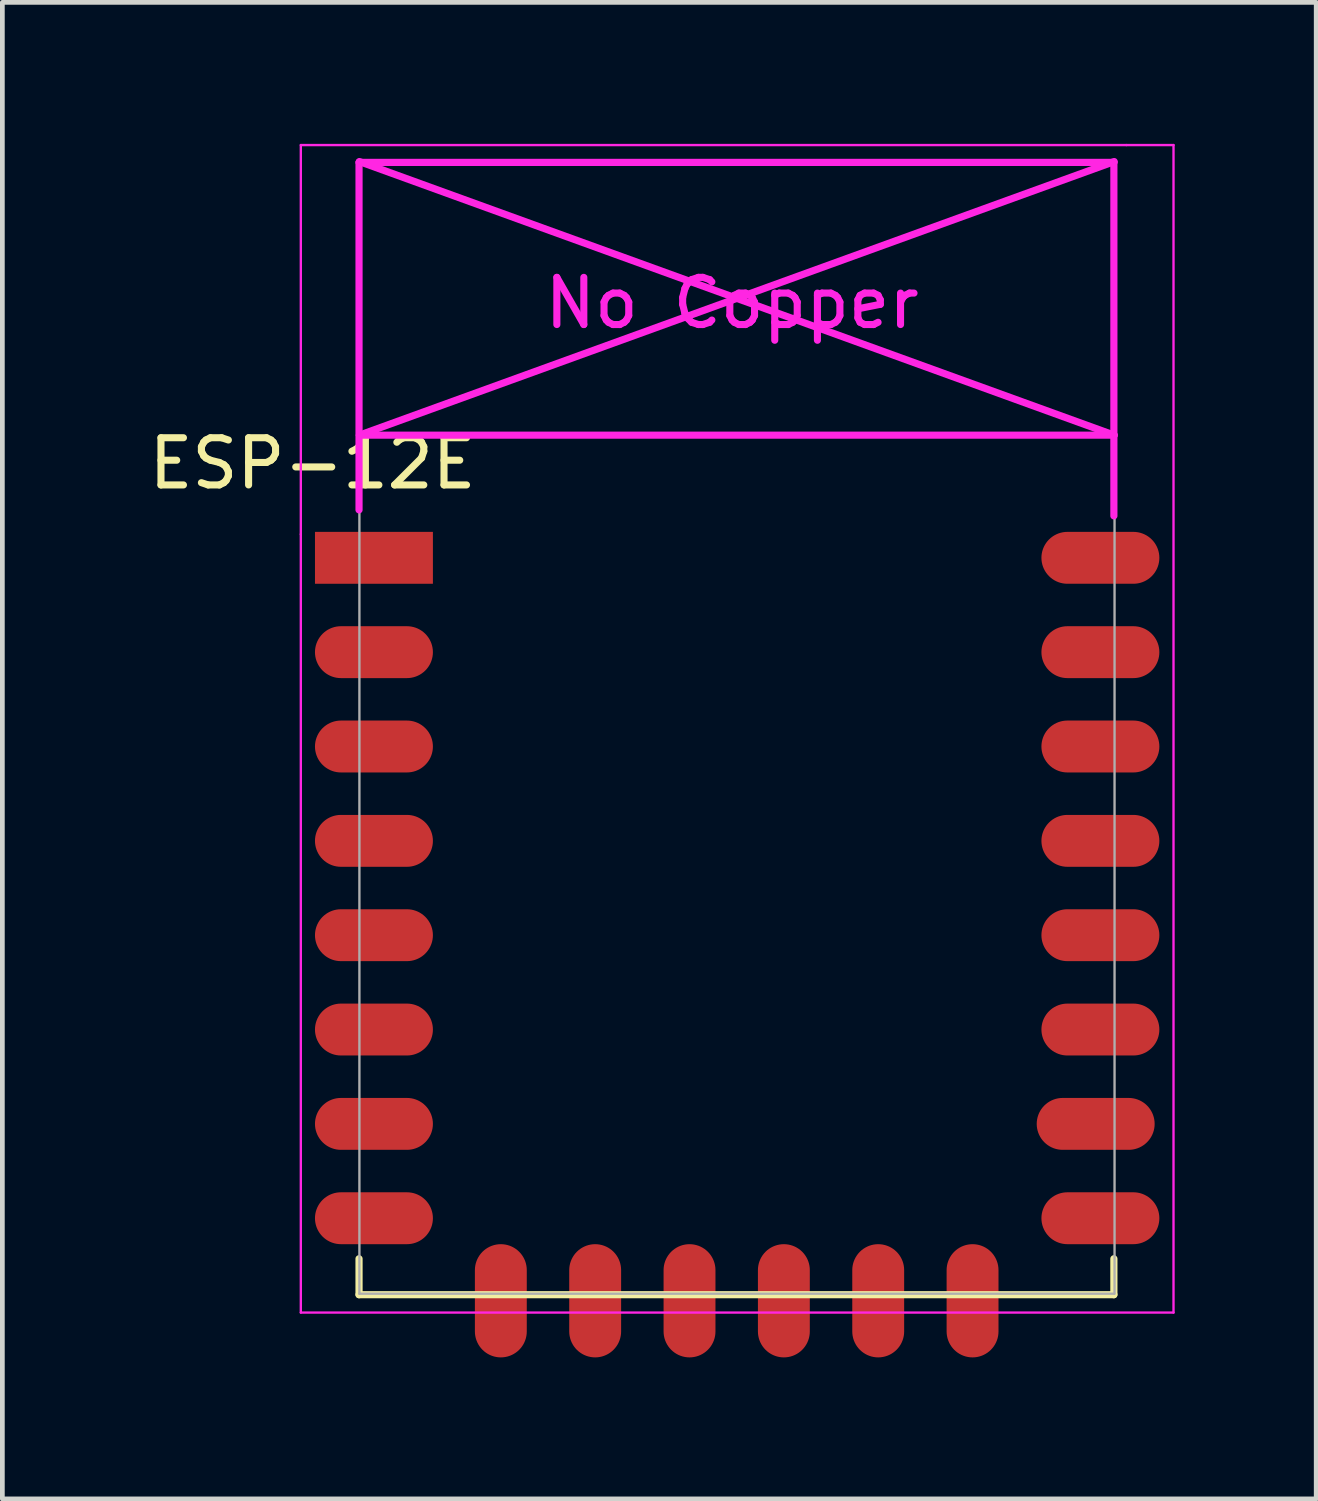
<source format=kicad_pcb>
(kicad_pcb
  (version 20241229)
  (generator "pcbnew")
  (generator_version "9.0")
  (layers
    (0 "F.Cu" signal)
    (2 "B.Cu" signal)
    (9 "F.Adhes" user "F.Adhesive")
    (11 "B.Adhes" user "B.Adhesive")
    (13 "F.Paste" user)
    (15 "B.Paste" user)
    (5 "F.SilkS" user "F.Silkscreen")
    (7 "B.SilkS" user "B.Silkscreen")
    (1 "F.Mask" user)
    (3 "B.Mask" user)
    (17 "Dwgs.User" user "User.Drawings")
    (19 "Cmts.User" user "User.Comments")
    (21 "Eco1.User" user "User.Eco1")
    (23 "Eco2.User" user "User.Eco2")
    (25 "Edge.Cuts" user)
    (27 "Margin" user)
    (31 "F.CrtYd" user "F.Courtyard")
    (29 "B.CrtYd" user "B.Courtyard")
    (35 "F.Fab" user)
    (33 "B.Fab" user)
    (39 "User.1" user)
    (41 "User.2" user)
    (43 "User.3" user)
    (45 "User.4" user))
  (footprint "ESP-12E"
    (layer "F.Cu")
    (at 5.577 8.775)
    (property "Reference" "ESP-12E" (at -2 -2 0) (layer "F.SilkS") (effects (font (size 1 1) (thickness 0.15))))
    (attr through_hole)
    (fp_line (start -1.016 14.859) (end -1.016 15.621) (stroke (width 0.152) (type solid)) (layer "F.SilkS"))
    (fp_line (start -1.016 15.621) (end 14.986 15.621) (stroke (width 0.152) (type solid)) (layer "F.SilkS"))
    (fp_line (start 14.986 15.621) (end 14.986 14.859) (stroke (width 0.152) (type solid)) (layer "F.SilkS"))
    (fp_line (start -2.25 -8.75) (end 15.25 -8.75) (stroke (width 0.05) (type solid)) (layer "F.CrtYd"))
    (fp_line (start -2.25 -0.5) (end -2.25 -8.75) (stroke (width 0.05) (type solid)) (layer "F.CrtYd"))
    (fp_line (start -2.25 16) (end -2.25 -0.5) (stroke (width 0.05) (type solid)) (layer "F.CrtYd"))
    (fp_line (start -1.016 -8.382) (end -1.016 -1.016) (stroke (width 0.152) (type solid)) (layer "F.CrtYd"))
    (fp_line (start -1.016 -8.382) (end 14.986 -8.382) (stroke (width 0.152) (type solid)) (layer "F.CrtYd"))
    (fp_line (start -1.008 -8.4) (end 14.992 -2.6) (stroke (width 0.152) (type solid)) (layer "F.CrtYd"))
    (fp_line (start -1.008 -2.6) (end 14.992 -2.6) (stroke (width 0.152) (type solid)) (layer "F.CrtYd"))
    (fp_line (start 14.986 -8.382) (end 14.986 -0.889) (stroke (width 0.152) (type solid)) (layer "F.CrtYd"))
    (fp_line (start 14.992 -8.4) (end -1.008 -2.6) (stroke (width 0.152) (type solid)) (layer "F.CrtYd"))
    (fp_line (start 15.25 -8.75) (end 16.25 -8.75) (stroke (width 0.05) (type solid)) (layer "F.CrtYd"))
    (fp_line (start 16.25 -8.75) (end 16.25 16) (stroke (width 0.05) (type solid)) (layer "F.CrtYd"))
    (fp_line (start 16.25 16) (end -2.25 16) (stroke (width 0.05) (type solid)) (layer "F.CrtYd"))
    (fp_line (start -1.008 -8.4) (end 14.992 -8.4) (stroke (width 0.05) (type solid)) (layer "F.Fab"))
    (fp_line (start -1.008 15.6) (end -1.008 -8.4) (stroke (width 0.05) (type solid)) (layer "F.Fab"))
    (fp_line (start 14.992 15.6) (end -1.008 15.6) (stroke (width 0.05) (type solid)) (layer "F.Fab"))
    (fp_line (start 15 -8.4) (end 15 15.6) (stroke (width 0.05) (type solid)) (layer "F.Fab"))
    (fp_text user "No Copper" (at 6.892 -5.4 0) (layer "F.CrtYd") (effects (font (size 1 1) (thickness 0.15))))
    (pad "1" smd rect (at 0 0) (size 2.5 1.1) (drill (offset -0.7 0)) (layers "F.Cu" "F.Mask" "F.Paste"))
    (pad "2" smd oval (at 0 2) (size 2.5 1.1) (drill (offset -0.7 0)) (layers "F.Cu" "F.Mask" "F.Paste"))
    (pad "3" smd oval (at 0 4) (size 2.5 1.1) (drill (offset -0.7 0)) (layers "F.Cu" "F.Mask" "F.Paste"))
    (pad "4" smd oval (at 0 6) (size 2.5 1.1) (drill (offset -0.7 0)) (layers "F.Cu" "F.Mask" "F.Paste"))
    (pad "5" smd oval (at 0 8) (size 2.5 1.1) (drill (offset -0.7 0)) (layers "F.Cu" "F.Mask" "F.Paste"))
    (pad "6" smd oval (at 0 10) (size 2.5 1.1) (drill (offset -0.7 0)) (layers "F.Cu" "F.Mask" "F.Paste"))
    (pad "7" smd oval (at 0 12) (size 2.5 1.1) (drill (offset -0.7 0)) (layers "F.Cu" "F.Mask" "F.Paste"))
    (pad "8" smd oval (at 0 14) (size 2.5 1.1) (drill (offset -0.7 0)) (layers "F.Cu" "F.Mask" "F.Paste"))
    (pad "9" smd oval (at 1.99 15.75 90) (size 2.4 1.1) (layers "F.Cu" "F.Mask" "F.Paste"))
    (pad "10" smd oval (at 3.99 15.75 90) (size 2.4 1.1) (layers "F.Cu" "F.Mask" "F.Paste"))
    (pad "11" smd oval (at 5.99 15.75 90) (size 2.4 1.1) (layers "F.Cu" "F.Mask" "F.Paste"))
    (pad "12" smd oval (at 7.99 15.75 90) (size 2.4 1.1) (layers "F.Cu" "F.Mask" "F.Paste"))
    (pad "13" smd oval (at 9.99 15.75 90) (size 2.4 1.1) (layers "F.Cu" "F.Mask" "F.Paste"))
    (pad "14" smd oval (at 11.99 15.75 90) (size 2.4 1.1) (layers "F.Cu" "F.Mask" "F.Paste"))
    (pad "15" smd oval (at 14 14) (size 2.5 1.1) (drill (offset 0.7 0)) (layers "F.Cu" "F.Mask" "F.Paste"))
    (pad "16" smd oval (at 14 12) (size 2.5 1.1) (drill (offset 0.6 0)) (layers "F.Cu" "F.Mask" "F.Paste"))
    (pad "17" smd oval (at 14 10) (size 2.5 1.1) (drill (offset 0.7 0)) (layers "F.Cu" "F.Mask" "F.Paste"))
    (pad "18" smd oval (at 14 8) (size 2.5 1.1) (drill (offset 0.7 0)) (layers "F.Cu" "F.Mask" "F.Paste"))
    (pad "19" smd oval (at 14 6) (size 2.5 1.1) (drill (offset 0.7 0)) (layers "F.Cu" "F.Mask" "F.Paste"))
    (pad "20" smd oval (at 14 4) (size 2.5 1.1) (drill (offset 0.7 0)) (layers "F.Cu" "F.Mask" "F.Paste"))
    (pad "21" smd oval (at 14 2) (size 2.5 1.1) (drill (offset 0.7 0)) (layers "F.Cu" "F.Mask" "F.Paste"))
    (pad "22" smd oval (at 14 0) (size 2.5 1.1) (drill (offset 0.7 0)) (layers "F.Cu" "F.Mask" "F.Paste")))
  (gr_rect
    (start -3 -3)
    (end 24.852 28.725)
    (stroke (width 0.1) (type default))
    (fill no)
    (layer "Edge.Cuts")))
</source>
